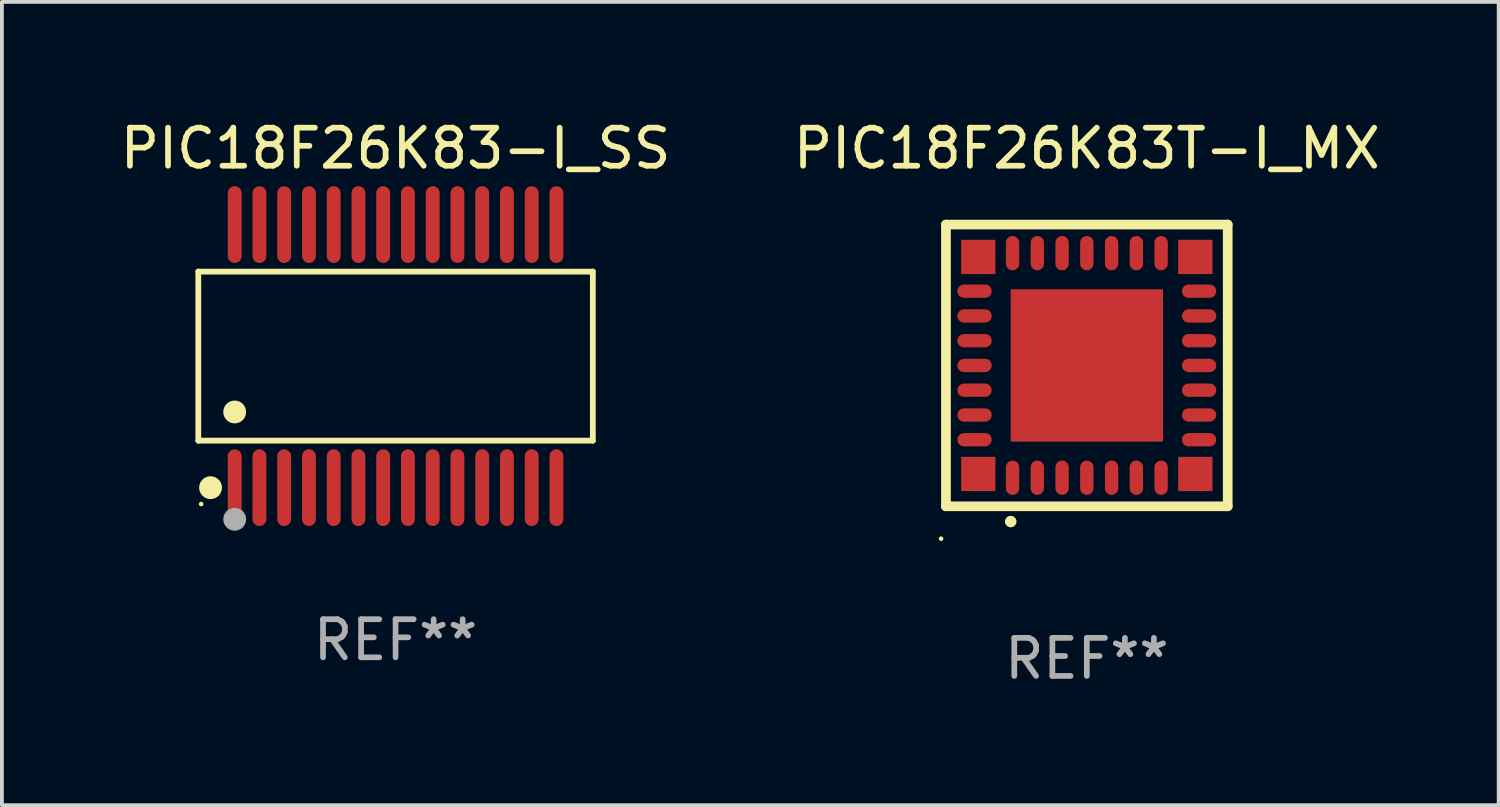
<source format=kicad_pcb>
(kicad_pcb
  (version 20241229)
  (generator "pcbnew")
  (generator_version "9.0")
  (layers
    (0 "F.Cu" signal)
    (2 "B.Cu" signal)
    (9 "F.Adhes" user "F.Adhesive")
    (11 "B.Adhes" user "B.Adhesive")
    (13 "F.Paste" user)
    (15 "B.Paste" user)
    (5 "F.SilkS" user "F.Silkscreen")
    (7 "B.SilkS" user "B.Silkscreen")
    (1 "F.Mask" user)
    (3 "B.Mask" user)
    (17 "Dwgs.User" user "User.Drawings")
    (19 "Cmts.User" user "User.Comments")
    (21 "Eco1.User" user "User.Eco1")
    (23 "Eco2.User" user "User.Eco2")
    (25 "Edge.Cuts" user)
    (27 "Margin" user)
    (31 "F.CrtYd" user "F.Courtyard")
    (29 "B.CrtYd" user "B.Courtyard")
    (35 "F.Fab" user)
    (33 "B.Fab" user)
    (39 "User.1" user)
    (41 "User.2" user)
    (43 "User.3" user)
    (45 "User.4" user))
  (footprint "PIC18F26K83T-I_MX"
    (layer "F.Cu")
    (at 25.494 6.548)
    (property "Reference" "PIC18F26K83T-I_MX" (at 0 -5.7 0) (layer "F.SilkS") (effects (font (size 1 1) (thickness 0.15))))
    (attr through_hole)
    (fp_line (start -3.7 -3.7) (end 3.7 -3.7) (stroke (width 0.254) (type solid)) (layer "F.SilkS"))
    (fp_line (start -3.7 3.7) (end -3.7 -3.7) (stroke (width 0.254) (type solid)) (layer "F.SilkS"))
    (fp_line (start 3.7 -3.7) (end 3.7 3.7) (stroke (width 0.254) (type solid)) (layer "F.SilkS"))
    (fp_line (start 3.7 3.7) (end -3.7 3.7) (stroke (width 0.254) (type solid)) (layer "F.SilkS"))
    (fp_arc (start -2 4.1) (mid -1.99873 4.099995) (end -1.99746 4.1) (stroke (width 0.3) (type solid)) (layer "F.SilkS"))
    (fp_circle (center -3.827 4.55) (end -3.797 4.55) (stroke (width 0.06) (type solid)) (fill no) (layer "F.SilkS"))
    (fp_text user "REF**" (at 0 7.7 0) (layer "F.Fab") (effects (font (size 1 1) (thickness 0.15))))
    (pad "1" smd oval (at -1.951 2.949 180) (size 0.35 0.9) (layers "F.Cu" "F.Mask" "F.Paste"))
    (pad "2" smd oval (at -1.3 2.949 180) (size 0.35 0.9) (layers "F.Cu" "F.Mask" "F.Paste"))
    (pad "3" smd oval (at -0.65 2.949 180) (size 0.35 0.9) (layers "F.Cu" "F.Mask" "F.Paste"))
    (pad "4" smd oval (at 0.000051 2.949 180) (size 0.35 0.9) (layers "F.Cu" "F.Mask" "F.Paste"))
    (pad "5" smd oval (at 0.65 2.949 180) (size 0.35 0.9) (layers "F.Cu" "F.Mask" "F.Paste"))
    (pad "6" smd oval (at 1.301 2.949 180) (size 0.35 0.9) (layers "F.Cu" "F.Mask" "F.Paste"))
    (pad "7" smd oval (at 1.951 2.949 180) (size 0.35 0.9) (layers "F.Cu" "F.Mask" "F.Paste"))
    (pad "8" smd oval (at 2.949 1.951 90) (size 0.35 0.9) (layers "F.Cu" "F.Mask" "F.Paste"))
    (pad "9" smd oval (at 2.949 1.301 90) (size 0.35 0.9) (layers "F.Cu" "F.Mask" "F.Paste"))
    (pad "10" smd oval (at 2.949 0.65 90) (size 0.35 0.9) (layers "F.Cu" "F.Mask" "F.Paste"))
    (pad "11" smd oval (at 2.949 0.000051 90) (size 0.35 0.9) (layers "F.Cu" "F.Mask" "F.Paste"))
    (pad "12" smd oval (at 2.949 -0.65 90) (size 0.35 0.9) (layers "F.Cu" "F.Mask" "F.Paste"))
    (pad "13" smd oval (at 2.949 -1.3 90) (size 0.35 0.9) (layers "F.Cu" "F.Mask" "F.Paste"))
    (pad "14" smd oval (at 2.949 -1.951 90) (size 0.35 0.9) (layers "F.Cu" "F.Mask" "F.Paste"))
    (pad "15" smd oval (at 1.951 -2.949 180) (size 0.35 0.9) (layers "F.Cu" "F.Mask" "F.Paste"))
    (pad "16" smd oval (at 1.301 -2.949 180) (size 0.35 0.9) (layers "F.Cu" "F.Mask" "F.Paste"))
    (pad "17" smd oval (at 0.65 -2.949 180) (size 0.35 0.9) (layers "F.Cu" "F.Mask" "F.Paste"))
    (pad "18" smd oval (at 0.000051 -2.949 180) (size 0.35 0.9) (layers "F.Cu" "F.Mask" "F.Paste"))
    (pad "19" smd oval (at -0.65 -2.949 180) (size 0.35 0.9) (layers "F.Cu" "F.Mask" "F.Paste"))
    (pad "20" smd oval (at -1.3 -2.949 180) (size 0.35 0.9) (layers "F.Cu" "F.Mask" "F.Paste"))
    (pad "21" smd oval (at -1.951 -2.949 180) (size 0.35 0.9) (layers "F.Cu" "F.Mask" "F.Paste"))
    (pad "22" smd oval (at -2.949 -1.951 90) (size 0.35 0.9) (layers "F.Cu" "F.Mask" "F.Paste"))
    (pad "23" smd oval (at -2.949 -1.3 90) (size 0.35 0.9) (layers "F.Cu" "F.Mask" "F.Paste"))
    (pad "24" smd oval (at -2.949 -0.65 90) (size 0.35 0.9) (layers "F.Cu" "F.Mask" "F.Paste"))
    (pad "25" smd oval (at -2.949 0.000051 90) (size 0.35 0.9) (layers "F.Cu" "F.Mask" "F.Paste"))
    (pad "26" smd oval (at -2.949 0.65 90) (size 0.35 0.9) (layers "F.Cu" "F.Mask" "F.Paste"))
    (pad "27" smd oval (at -2.949 1.301 90) (size 0.35 0.9) (layers "F.Cu" "F.Mask" "F.Paste"))
    (pad "28" smd oval (at -2.949 1.951 90) (size 0.35 0.9) (layers "F.Cu" "F.Mask" "F.Paste"))
    (pad "29" smd rect (at -2.85 -2.85 90) (size 0.9 0.9) (layers "F.Cu" "F.Mask" "F.Paste"))
    (pad "29" smd rect (at -2.85 2.85 90) (size 0.9 0.9) (layers "F.Cu" "F.Mask" "F.Paste"))
    (pad "29" smd rect (at 0.000051 0.000051 90) (size 4 4) (layers "F.Cu" "F.Mask" "F.Paste"))
    (pad "29" smd rect (at 2.85 -2.85 90) (size 0.9 0.9) (layers "F.Cu" "F.Mask" "F.Paste"))
    (pad "29" smd rect (at 2.85 2.85 90) (size 0.9 0.9) (layers "F.Cu" "F.Mask" "F.Paste")))
  (footprint "PIC18F26K83-I_SS"
    (layer "F.Cu")
    (at 7.339 6.303)
    (property "Reference" "PIC18F26K83-I_SS" (at 0 -5.455 0) (layer "F.SilkS") (effects (font (size 1 1) (thickness 0.15))))
    (attr through_hole)
    (fp_line (start -5.181 -2.219) (end 5.181 -2.219) (stroke (width 0.152) (type solid)) (layer "F.SilkS"))
    (fp_line (start -5.181 2.219) (end -5.181 -2.219) (stroke (width 0.152) (type solid)) (layer "F.SilkS"))
    (fp_line (start 5.181 -2.219) (end 5.181 2.219) (stroke (width 0.152) (type solid)) (layer "F.SilkS"))
    (fp_line (start 5.181 2.219) (end -5.181 2.219) (stroke (width 0.152) (type solid)) (layer "F.SilkS"))
    (fp_circle (center -5.105 3.885) (end -5.075 3.885) (stroke (width 0.06) (type solid)) (fill no) (layer "F.SilkS"))
    (fp_circle (center -4.859 3.455) (end -4.709 3.455) (stroke (width 0.3) (type solid)) (fill no) (layer "F.SilkS"))
    (fp_circle (center -4.225 1.467) (end -4.075 1.467) (stroke (width 0.3) (type solid)) (fill no) (layer "F.SilkS"))
    (fp_circle (center -4.225 4.285) (end -4.075 4.285) (stroke (width 0.3) (type solid)) (fill no) (layer "F.Fab"))
    (fp_text user "REF**" (at 0 7.455 0) (layer "F.Fab") (effects (font (size 1 1) (thickness 0.15))))
    (pad "1" smd oval (at -4.225 3.455) (size 0.364 2.015) (layers "F.Cu" "F.Mask" "F.Paste"))
    (pad "2" smd oval (at -3.575 3.455) (size 0.364 2.015) (layers "F.Cu" "F.Mask" "F.Paste"))
    (pad "3" smd oval (at -2.925 3.455) (size 0.364 2.015) (layers "F.Cu" "F.Mask" "F.Paste"))
    (pad "4" smd oval (at -2.275 3.455) (size 0.364 2.015) (layers "F.Cu" "F.Mask" "F.Paste"))
    (pad "5" smd oval (at -1.625 3.455) (size 0.364 2.015) (layers "F.Cu" "F.Mask" "F.Paste"))
    (pad "6" smd oval (at -0.975 3.455) (size 0.364 2.015) (layers "F.Cu" "F.Mask" "F.Paste"))
    (pad "7" smd oval (at -0.325 3.455) (size 0.364 2.015) (layers "F.Cu" "F.Mask" "F.Paste"))
    (pad "8" smd oval (at 0.325 3.455) (size 0.364 2.015) (layers "F.Cu" "F.Mask" "F.Paste"))
    (pad "9" smd oval (at 0.975 3.455) (size 0.364 2.015) (layers "F.Cu" "F.Mask" "F.Paste"))
    (pad "10" smd oval (at 1.625 3.455) (size 0.364 2.015) (layers "F.Cu" "F.Mask" "F.Paste"))
    (pad "11" smd oval (at 2.275 3.455) (size 0.364 2.015) (layers "F.Cu" "F.Mask" "F.Paste"))
    (pad "12" smd oval (at 2.925 3.455) (size 0.364 2.015) (layers "F.Cu" "F.Mask" "F.Paste"))
    (pad "13" smd oval (at 3.575 3.455) (size 0.364 2.015) (layers "F.Cu" "F.Mask" "F.Paste"))
    (pad "14" smd oval (at 4.225 3.455) (size 0.364 2.015) (layers "F.Cu" "F.Mask" "F.Paste"))
    (pad "15" smd oval (at 4.225 -3.455) (size 0.364 2.015) (layers "F.Cu" "F.Mask" "F.Paste"))
    (pad "16" smd oval (at 3.575 -3.455) (size 0.364 2.015) (layers "F.Cu" "F.Mask" "F.Paste"))
    (pad "17" smd oval (at 2.925 -3.455) (size 0.364 2.015) (layers "F.Cu" "F.Mask" "F.Paste"))
    (pad "18" smd oval (at 2.275 -3.455) (size 0.364 2.015) (layers "F.Cu" "F.Mask" "F.Paste"))
    (pad "19" smd oval (at 1.625 -3.455) (size 0.364 2.015) (layers "F.Cu" "F.Mask" "F.Paste"))
    (pad "20" smd oval (at 0.975 -3.455) (size 0.364 2.015) (layers "F.Cu" "F.Mask" "F.Paste"))
    (pad "21" smd oval (at 0.325 -3.455) (size 0.364 2.015) (layers "F.Cu" "F.Mask" "F.Paste"))
    (pad "22" smd oval (at -0.325 -3.455) (size 0.364 2.015) (layers "F.Cu" "F.Mask" "F.Paste"))
    (pad "23" smd oval (at -0.975 -3.455) (size 0.364 2.015) (layers "F.Cu" "F.Mask" "F.Paste"))
    (pad "24" smd oval (at -1.625 -3.455) (size 0.364 2.015) (layers "F.Cu" "F.Mask" "F.Paste"))
    (pad "25" smd oval (at -2.275 -3.455) (size 0.364 2.015) (layers "F.Cu" "F.Mask" "F.Paste"))
    (pad "26" smd oval (at -2.925 -3.455) (size 0.364 2.015) (layers "F.Cu" "F.Mask" "F.Paste"))
    (pad "27" smd oval (at -3.575 -3.455) (size 0.364 2.015) (layers "F.Cu" "F.Mask" "F.Paste"))
    (pad "28" smd oval (at -4.225 -3.455) (size 0.364 2.015) (layers "F.Cu" "F.Mask" "F.Paste")))
  (gr_rect
    (start -3 -3)
    (end 36.31 18.096)
    (stroke (width 0.1) (type default))
    (fill no)
    (layer "Edge.Cuts")))
</source>
